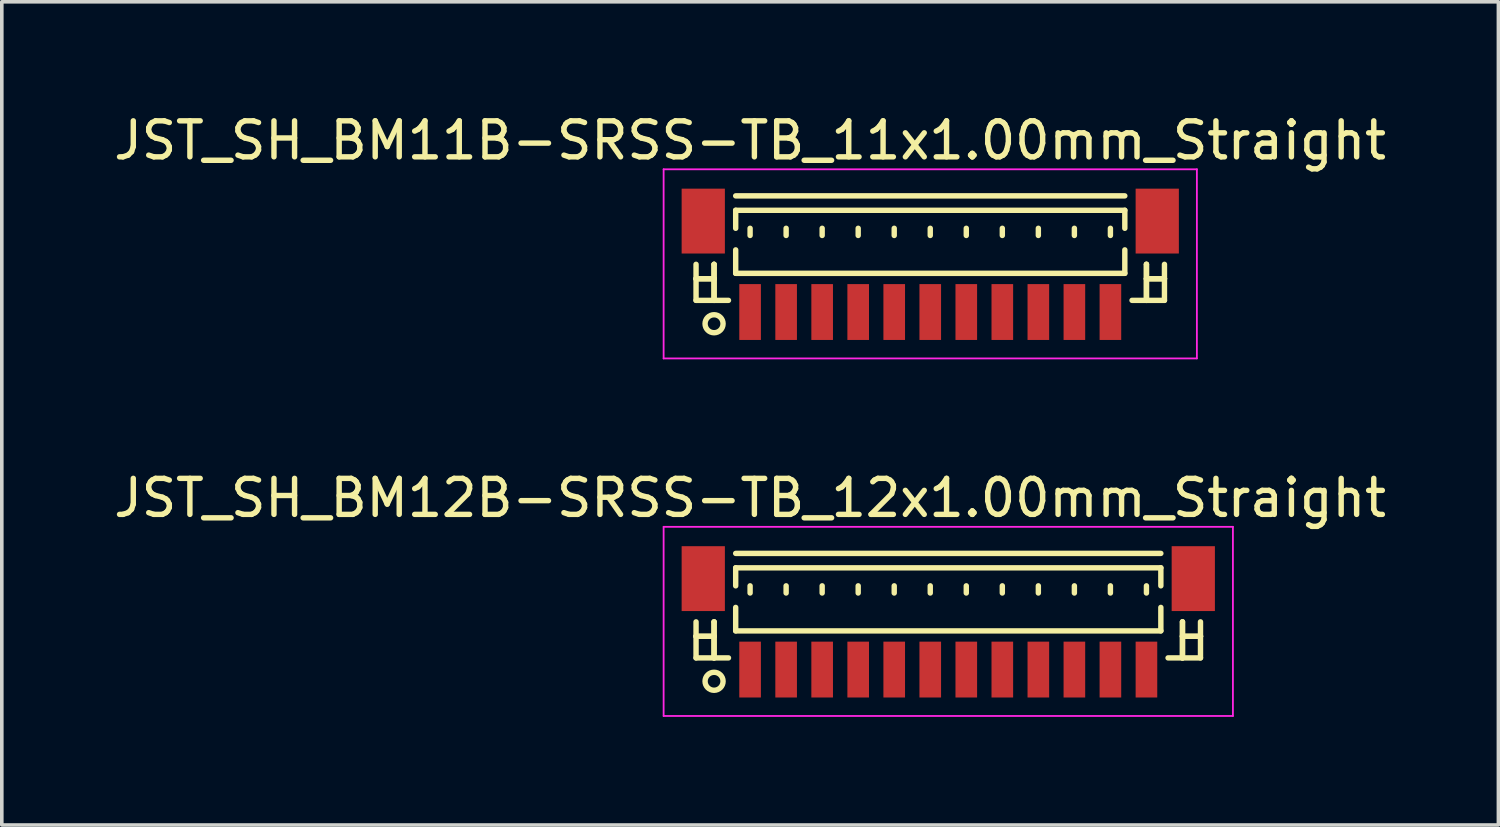
<source format=kicad_pcb>
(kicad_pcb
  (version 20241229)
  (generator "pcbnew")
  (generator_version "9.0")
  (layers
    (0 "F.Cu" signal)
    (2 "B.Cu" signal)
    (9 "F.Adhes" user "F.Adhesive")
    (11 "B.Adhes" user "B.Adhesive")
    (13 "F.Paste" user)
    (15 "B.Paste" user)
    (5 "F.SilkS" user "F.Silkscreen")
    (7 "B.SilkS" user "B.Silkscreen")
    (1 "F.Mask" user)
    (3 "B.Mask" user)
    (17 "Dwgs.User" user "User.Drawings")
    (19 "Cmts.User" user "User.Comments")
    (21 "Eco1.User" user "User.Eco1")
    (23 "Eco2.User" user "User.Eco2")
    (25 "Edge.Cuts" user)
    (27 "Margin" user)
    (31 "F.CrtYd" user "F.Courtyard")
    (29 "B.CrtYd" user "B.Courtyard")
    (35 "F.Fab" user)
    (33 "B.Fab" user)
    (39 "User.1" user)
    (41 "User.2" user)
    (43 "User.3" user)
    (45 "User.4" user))
  (footprint "JST_SH_BM12B-SRSS-TB_12x1.00mm_Straight"
    (layer "F.Cu")
    (at 23.268 14.271)
    (property "Reference" "JST_SH_BM12B-SRSS-TB_12x1.00mm_Straight" (at -5.5 -3.5 0) (layer "F.SilkS") (effects (font (size 1 1) (thickness 0.15))))
    (attr smd)
    (fp_line (start -7 -0.062) (end -7 0.938) (stroke (width 0.15) (type solid)) (layer "F.SilkS"))
    (fp_line (start -7 0.338) (end -7 0.338) (stroke (width 0.15) (type solid)) (layer "F.SilkS"))
    (fp_line (start -7 0.338) (end -6.5 0.338) (stroke (width 0.15) (type solid)) (layer "F.SilkS"))
    (fp_line (start -7 0.938) (end -6.1 0.938) (stroke (width 0.15) (type solid)) (layer "F.SilkS"))
    (fp_line (start -6.5 -0.062) (end -6.5 -0.062) (stroke (width 0.15) (type solid)) (layer "F.SilkS"))
    (fp_line (start -6.5 -0.062) (end -6.5 0.938) (stroke (width 0.15) (type solid)) (layer "F.SilkS"))
    (fp_line (start -6.5 0.338) (end -7 0.338) (stroke (width 0.15) (type solid)) (layer "F.SilkS"))
    (fp_line (start -6.5 0.338) (end -6.5 0.338) (stroke (width 0.15) (type solid)) (layer "F.SilkS"))
    (fp_line (start -6.5 0.938) (end -6.5 -0.062) (stroke (width 0.15) (type solid)) (layer "F.SilkS"))
    (fp_line (start -6.5 0.938) (end -6.5 0.938) (stroke (width 0.15) (type solid)) (layer "F.SilkS"))
    (fp_line (start -5.9 -1.962) (end 5.9 -1.962) (stroke (width 0.15) (type solid)) (layer "F.SilkS"))
    (fp_line (start -5.9 -1.562) (end 5.9 -1.562) (stroke (width 0.15) (type solid)) (layer "F.SilkS"))
    (fp_line (start -5.9 -1.062) (end -5.9 -1.562) (stroke (width 0.15) (type solid)) (layer "F.SilkS"))
    (fp_line (start -5.9 -0.463) (end -5.9 0.188) (stroke (width 0.15) (type solid)) (layer "F.SilkS"))
    (fp_line (start -5.9 0.188) (end 5.9 0.188) (stroke (width 0.15) (type solid)) (layer "F.SilkS"))
    (fp_line (start -5.5 -1.062) (end -5.5 -0.863) (stroke (width 0.15) (type solid)) (layer "F.SilkS"))
    (fp_line (start -4.5 -1.062) (end -4.5 -0.863) (stroke (width 0.15) (type solid)) (layer "F.SilkS"))
    (fp_line (start -3.5 -1.062) (end -3.5 -0.863) (stroke (width 0.15) (type solid)) (layer "F.SilkS"))
    (fp_line (start -2.5 -1.062) (end -2.5 -0.863) (stroke (width 0.15) (type solid)) (layer "F.SilkS"))
    (fp_line (start -1.5 -1.062) (end -1.5 -0.863) (stroke (width 0.15) (type solid)) (layer "F.SilkS"))
    (fp_line (start -0.5 -1.062) (end -0.5 -0.863) (stroke (width 0.15) (type solid)) (layer "F.SilkS"))
    (fp_line (start 0.5 -1.062) (end 0.5 -0.863) (stroke (width 0.15) (type solid)) (layer "F.SilkS"))
    (fp_line (start 1.5 -1.062) (end 1.5 -0.863) (stroke (width 0.15) (type solid)) (layer "F.SilkS"))
    (fp_line (start 2.5 -1.062) (end 2.5 -0.863) (stroke (width 0.15) (type solid)) (layer "F.SilkS"))
    (fp_line (start 3.5 -1.062) (end 3.5 -0.863) (stroke (width 0.15) (type solid)) (layer "F.SilkS"))
    (fp_line (start 4.5 -1.062) (end 4.5 -0.863) (stroke (width 0.15) (type solid)) (layer "F.SilkS"))
    (fp_line (start 5.5 -1.062) (end 5.5 -0.863) (stroke (width 0.15) (type solid)) (layer "F.SilkS"))
    (fp_line (start 5.9 -1.562) (end 5.9 -1.062) (stroke (width 0.15) (type solid)) (layer "F.SilkS"))
    (fp_line (start 5.9 0.188) (end 5.9 -0.463) (stroke (width 0.15) (type solid)) (layer "F.SilkS"))
    (fp_line (start 6.5 -0.062) (end 6.5 -0.062) (stroke (width 0.15) (type solid)) (layer "F.SilkS"))
    (fp_line (start 6.5 -0.062) (end 6.5 0.938) (stroke (width 0.15) (type solid)) (layer "F.SilkS"))
    (fp_line (start 6.5 0.338) (end 6.5 0.338) (stroke (width 0.15) (type solid)) (layer "F.SilkS"))
    (fp_line (start 6.5 0.338) (end 7 0.338) (stroke (width 0.15) (type solid)) (layer "F.SilkS"))
    (fp_line (start 6.5 0.938) (end 6.5 -0.062) (stroke (width 0.15) (type solid)) (layer "F.SilkS"))
    (fp_line (start 6.5 0.938) (end 6.5 0.938) (stroke (width 0.15) (type solid)) (layer "F.SilkS"))
    (fp_line (start 7 -0.062) (end 7 0.938) (stroke (width 0.15) (type solid)) (layer "F.SilkS"))
    (fp_line (start 7 0.338) (end 6.5 0.338) (stroke (width 0.15) (type solid)) (layer "F.SilkS"))
    (fp_line (start 7 0.338) (end 7 0.338) (stroke (width 0.15) (type solid)) (layer "F.SilkS"))
    (fp_line (start 7 0.938) (end 6.1 0.938) (stroke (width 0.15) (type solid)) (layer "F.SilkS"))
    (fp_circle (center -6.5 1.587) (end -6.25 1.587) (stroke (width 0.15) (type solid)) (fill no) (layer "F.SilkS"))
    (fp_line (start -7.9 -2.7) (end 7.9 -2.7) (stroke (width 0.05) (type solid)) (layer "F.CrtYd"))
    (fp_line (start -7.9 2.55) (end -7.9 -2.7) (stroke (width 0.05) (type solid)) (layer "F.CrtYd"))
    (fp_line (start 7.9 -2.7) (end 7.9 2.55) (stroke (width 0.05) (type solid)) (layer "F.CrtYd"))
    (fp_line (start 7.9 2.55) (end -7.9 2.55) (stroke (width 0.05) (type solid)) (layer "F.CrtYd"))
    (pad "" smd rect (at -6.8 -1.262) (size 1.2 1.8) (layers "F.Cu" "F.Mask" "F.Paste"))
    (pad "" smd rect (at 6.8 -1.262) (size 1.2 1.8) (layers "F.Cu" "F.Mask" "F.Paste"))
    (pad "1" smd rect (at -5.5 1.262) (size 0.6 1.55) (layers "F.Cu" "F.Mask" "F.Paste"))
    (pad "2" smd rect (at -4.5 1.262) (size 0.6 1.55) (layers "F.Cu" "F.Mask" "F.Paste"))
    (pad "3" smd rect (at -3.5 1.262) (size 0.6 1.55) (layers "F.Cu" "F.Mask" "F.Paste"))
    (pad "4" smd rect (at -2.5 1.262) (size 0.6 1.55) (layers "F.Cu" "F.Mask" "F.Paste"))
    (pad "5" smd rect (at -1.5 1.262) (size 0.6 1.55) (layers "F.Cu" "F.Mask" "F.Paste"))
    (pad "6" smd rect (at -0.5 1.262) (size 0.6 1.55) (layers "F.Cu" "F.Mask" "F.Paste"))
    (pad "7" smd rect (at 0.5 1.262) (size 0.6 1.55) (layers "F.Cu" "F.Mask" "F.Paste"))
    (pad "8" smd rect (at 1.5 1.262) (size 0.6 1.55) (layers "F.Cu" "F.Mask" "F.Paste"))
    (pad "9" smd rect (at 2.5 1.262) (size 0.6 1.55) (layers "F.Cu" "F.Mask" "F.Paste"))
    (pad "10" smd rect (at 3.5 1.262) (size 0.6 1.55) (layers "F.Cu" "F.Mask" "F.Paste"))
    (pad "11" smd rect (at 4.5 1.262) (size 0.6 1.55) (layers "F.Cu" "F.Mask" "F.Paste"))
    (pad "12" smd rect (at 5.5 1.262) (size 0.6 1.55) (layers "F.Cu" "F.Mask" "F.Paste")))
  (footprint "JST_SH_BM11B-SRSS-TB_11x1.00mm_Straight"
    (layer "F.Cu")
    (at 22.768 4.348)
    (property "Reference" "JST_SH_BM11B-SRSS-TB_11x1.00mm_Straight" (at -5 -3.5 0) (layer "F.SilkS") (effects (font (size 1 1) (thickness 0.15))))
    (attr smd)
    (fp_line (start -6.5 -0.062) (end -6.5 0.938) (stroke (width 0.15) (type solid)) (layer "F.SilkS"))
    (fp_line (start -6.5 0.338) (end -6.5 0.338) (stroke (width 0.15) (type solid)) (layer "F.SilkS"))
    (fp_line (start -6.5 0.338) (end -6 0.338) (stroke (width 0.15) (type solid)) (layer "F.SilkS"))
    (fp_line (start -6.5 0.938) (end -5.6 0.938) (stroke (width 0.15) (type solid)) (layer "F.SilkS"))
    (fp_line (start -6 -0.062) (end -6 -0.062) (stroke (width 0.15) (type solid)) (layer "F.SilkS"))
    (fp_line (start -6 -0.062) (end -6 0.938) (stroke (width 0.15) (type solid)) (layer "F.SilkS"))
    (fp_line (start -6 0.338) (end -6.5 0.338) (stroke (width 0.15) (type solid)) (layer "F.SilkS"))
    (fp_line (start -6 0.338) (end -6 0.338) (stroke (width 0.15) (type solid)) (layer "F.SilkS"))
    (fp_line (start -6 0.938) (end -6 -0.062) (stroke (width 0.15) (type solid)) (layer "F.SilkS"))
    (fp_line (start -6 0.938) (end -6 0.938) (stroke (width 0.15) (type solid)) (layer "F.SilkS"))
    (fp_line (start -5.4 -1.962) (end 5.4 -1.962) (stroke (width 0.15) (type solid)) (layer "F.SilkS"))
    (fp_line (start -5.4 -1.562) (end 5.4 -1.562) (stroke (width 0.15) (type solid)) (layer "F.SilkS"))
    (fp_line (start -5.4 -1.062) (end -5.4 -1.562) (stroke (width 0.15) (type solid)) (layer "F.SilkS"))
    (fp_line (start -5.4 -0.463) (end -5.4 0.188) (stroke (width 0.15) (type solid)) (layer "F.SilkS"))
    (fp_line (start -5.4 0.188) (end 5.4 0.188) (stroke (width 0.15) (type solid)) (layer "F.SilkS"))
    (fp_line (start -5 -1.062) (end -5 -0.863) (stroke (width 0.15) (type solid)) (layer "F.SilkS"))
    (fp_line (start -4 -1.062) (end -4 -0.863) (stroke (width 0.15) (type solid)) (layer "F.SilkS"))
    (fp_line (start -3 -1.062) (end -3 -0.863) (stroke (width 0.15) (type solid)) (layer "F.SilkS"))
    (fp_line (start -2 -1.062) (end -2 -0.863) (stroke (width 0.15) (type solid)) (layer "F.SilkS"))
    (fp_line (start -1 -1.062) (end -1 -0.863) (stroke (width 0.15) (type solid)) (layer "F.SilkS"))
    (fp_line (start 0 -1.062) (end 0 -0.863) (stroke (width 0.15) (type solid)) (layer "F.SilkS"))
    (fp_line (start 1 -1.062) (end 1 -0.863) (stroke (width 0.15) (type solid)) (layer "F.SilkS"))
    (fp_line (start 2 -1.062) (end 2 -0.863) (stroke (width 0.15) (type solid)) (layer "F.SilkS"))
    (fp_line (start 3 -1.062) (end 3 -0.863) (stroke (width 0.15) (type solid)) (layer "F.SilkS"))
    (fp_line (start 4 -1.062) (end 4 -0.863) (stroke (width 0.15) (type solid)) (layer "F.SilkS"))
    (fp_line (start 5 -1.062) (end 5 -0.863) (stroke (width 0.15) (type solid)) (layer "F.SilkS"))
    (fp_line (start 5.4 -1.562) (end 5.4 -1.062) (stroke (width 0.15) (type solid)) (layer "F.SilkS"))
    (fp_line (start 5.4 0.188) (end 5.4 -0.463) (stroke (width 0.15) (type solid)) (layer "F.SilkS"))
    (fp_line (start 6 -0.062) (end 6 -0.062) (stroke (width 0.15) (type solid)) (layer "F.SilkS"))
    (fp_line (start 6 -0.062) (end 6 0.938) (stroke (width 0.15) (type solid)) (layer "F.SilkS"))
    (fp_line (start 6 0.338) (end 6 0.338) (stroke (width 0.15) (type solid)) (layer "F.SilkS"))
    (fp_line (start 6 0.338) (end 6.5 0.338) (stroke (width 0.15) (type solid)) (layer "F.SilkS"))
    (fp_line (start 6 0.938) (end 6 -0.062) (stroke (width 0.15) (type solid)) (layer "F.SilkS"))
    (fp_line (start 6 0.938) (end 6 0.938) (stroke (width 0.15) (type solid)) (layer "F.SilkS"))
    (fp_line (start 6.5 -0.062) (end 6.5 0.938) (stroke (width 0.15) (type solid)) (layer "F.SilkS"))
    (fp_line (start 6.5 0.338) (end 6 0.338) (stroke (width 0.15) (type solid)) (layer "F.SilkS"))
    (fp_line (start 6.5 0.338) (end 6.5 0.338) (stroke (width 0.15) (type solid)) (layer "F.SilkS"))
    (fp_line (start 6.5 0.938) (end 5.6 0.938) (stroke (width 0.15) (type solid)) (layer "F.SilkS"))
    (fp_circle (center -6 1.587) (end -5.75 1.587) (stroke (width 0.15) (type solid)) (fill no) (layer "F.SilkS"))
    (fp_line (start -7.4 -2.7) (end 7.4 -2.7) (stroke (width 0.05) (type solid)) (layer "F.CrtYd"))
    (fp_line (start -7.4 2.55) (end -7.4 -2.7) (stroke (width 0.05) (type solid)) (layer "F.CrtYd"))
    (fp_line (start 7.4 -2.7) (end 7.4 2.55) (stroke (width 0.05) (type solid)) (layer "F.CrtYd"))
    (fp_line (start 7.4 2.55) (end -7.4 2.55) (stroke (width 0.05) (type solid)) (layer "F.CrtYd"))
    (pad "" smd rect (at -6.3 -1.262) (size 1.2 1.8) (layers "F.Cu" "F.Mask" "F.Paste"))
    (pad "" smd rect (at 6.3 -1.262) (size 1.2 1.8) (layers "F.Cu" "F.Mask" "F.Paste"))
    (pad "1" smd rect (at -5 1.262) (size 0.6 1.55) (layers "F.Cu" "F.Mask" "F.Paste"))
    (pad "2" smd rect (at -4 1.262) (size 0.6 1.55) (layers "F.Cu" "F.Mask" "F.Paste"))
    (pad "3" smd rect (at -3 1.262) (size 0.6 1.55) (layers "F.Cu" "F.Mask" "F.Paste"))
    (pad "4" smd rect (at -2 1.262) (size 0.6 1.55) (layers "F.Cu" "F.Mask" "F.Paste"))
    (pad "5" smd rect (at -1 1.262) (size 0.6 1.55) (layers "F.Cu" "F.Mask" "F.Paste"))
    (pad "6" smd rect (at 0 1.262) (size 0.6 1.55) (layers "F.Cu" "F.Mask" "F.Paste"))
    (pad "7" smd rect (at 1 1.262) (size 0.6 1.55) (layers "F.Cu" "F.Mask" "F.Paste"))
    (pad "8" smd rect (at 2 1.262) (size 0.6 1.55) (layers "F.Cu" "F.Mask" "F.Paste"))
    (pad "9" smd rect (at 3 1.262) (size 0.6 1.55) (layers "F.Cu" "F.Mask" "F.Paste"))
    (pad "10" smd rect (at 4 1.262) (size 0.6 1.55) (layers "F.Cu" "F.Mask" "F.Paste"))
    (pad "11" smd rect (at 5 1.262) (size 0.6 1.55) (layers "F.Cu" "F.Mask" "F.Paste")))
  (gr_rect
    (start -3 -3)
    (end 38.536 19.846)
    (stroke (width 0.1) (type default))
    (fill no)
    (layer "Edge.Cuts")))
</source>
